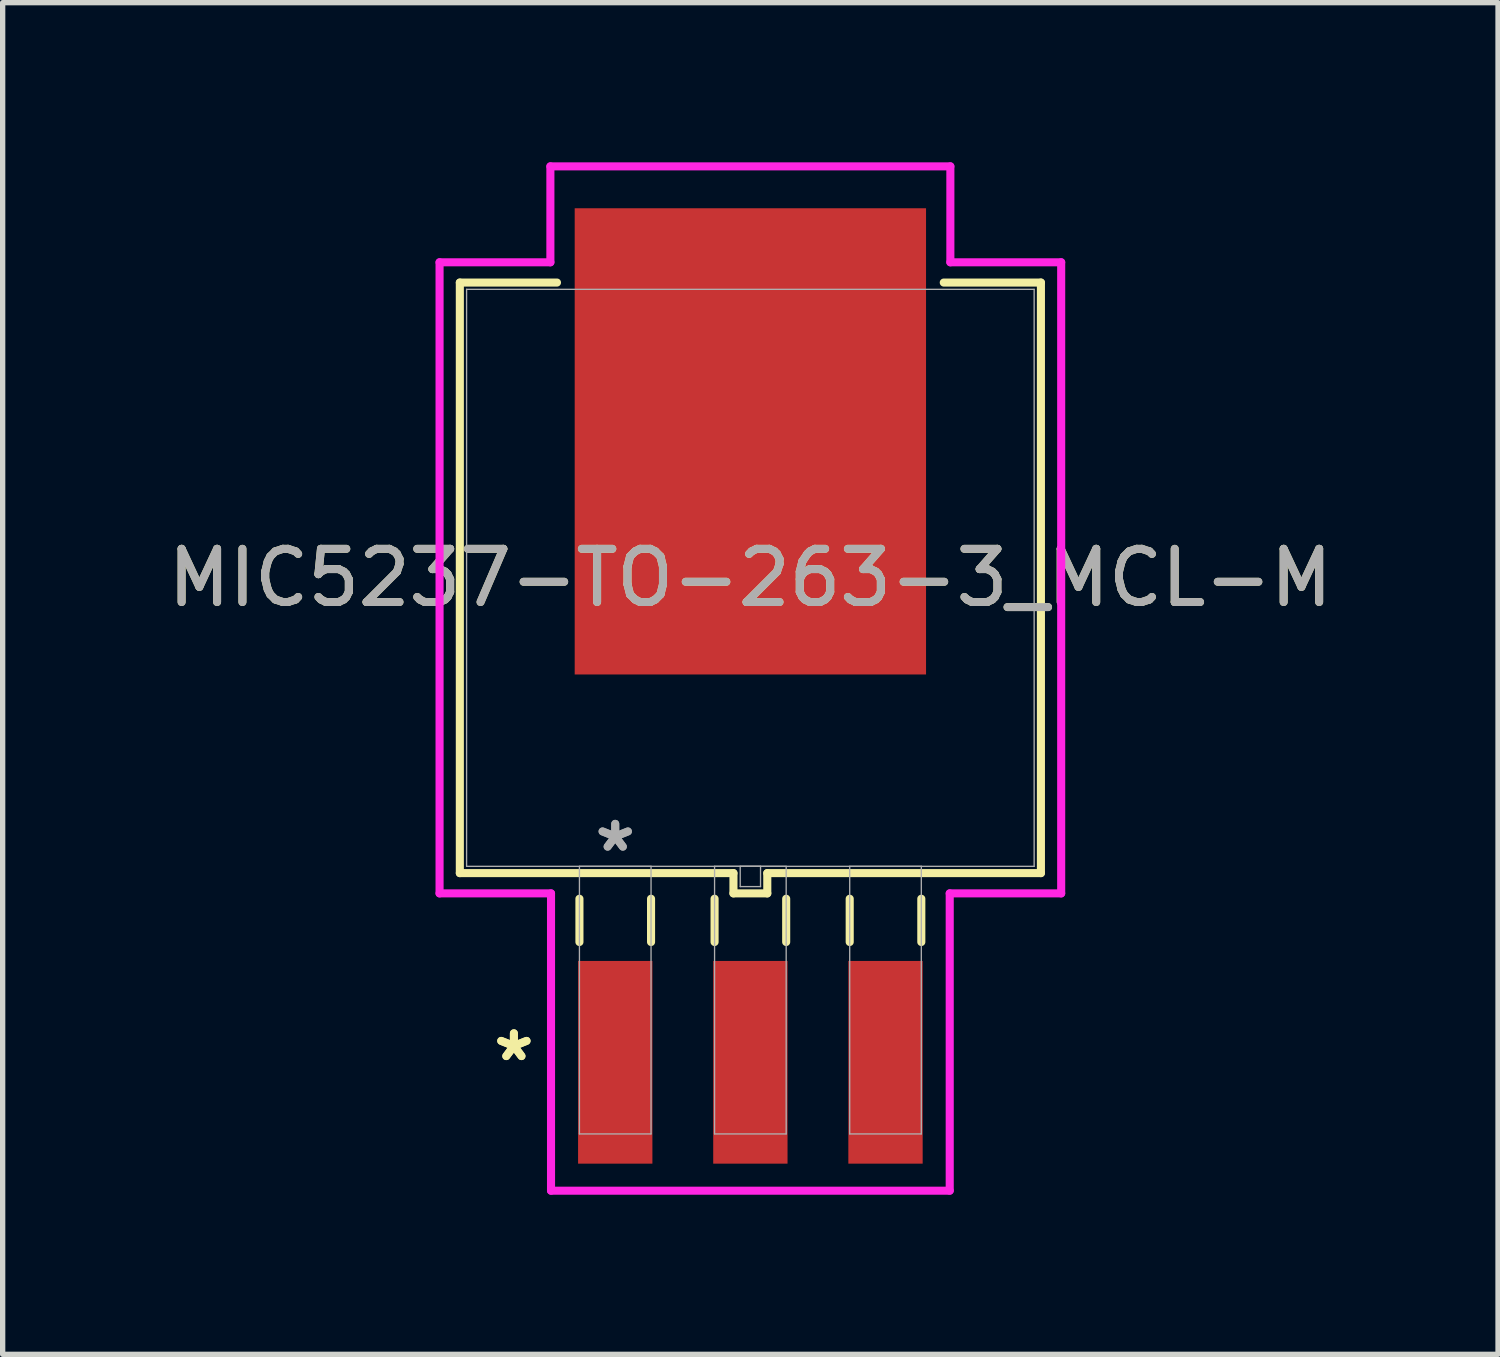
<source format=kicad_pcb>
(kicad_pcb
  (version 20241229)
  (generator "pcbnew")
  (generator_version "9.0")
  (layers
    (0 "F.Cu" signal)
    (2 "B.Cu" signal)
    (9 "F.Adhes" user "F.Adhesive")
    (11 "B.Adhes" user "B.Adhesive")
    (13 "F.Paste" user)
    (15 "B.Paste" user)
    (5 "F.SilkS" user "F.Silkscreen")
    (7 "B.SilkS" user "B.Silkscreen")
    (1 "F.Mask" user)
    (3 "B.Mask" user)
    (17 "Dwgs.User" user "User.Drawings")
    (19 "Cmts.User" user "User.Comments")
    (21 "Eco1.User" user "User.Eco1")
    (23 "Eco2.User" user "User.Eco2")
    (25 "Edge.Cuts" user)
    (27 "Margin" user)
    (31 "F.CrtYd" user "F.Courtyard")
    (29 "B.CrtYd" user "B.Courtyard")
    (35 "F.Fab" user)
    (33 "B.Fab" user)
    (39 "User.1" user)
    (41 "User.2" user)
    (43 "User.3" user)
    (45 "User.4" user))
  (footprint "MIC5237-TO-263-3_MCL-M"
    (layer "F.Cu")
    (at 11.054 7.811)
    (property "Reference" "MIC5237-TO-263-3_MCL-M" (at 0 0 0) (unlocked yes) (layer "F.SilkS") (effects (font (size 1 1) (thickness 0.15))))
    (attr smd)
    (fp_line (start -5.461 -5.55) (end -5.461 5.55) (stroke (width 0.152) (type solid)) (layer "F.SilkS"))
    (fp_line (start -5.461 5.55) (end -0.318 5.55) (stroke (width 0.152) (type solid)) (layer "F.SilkS"))
    (fp_line (start -3.635 -5.55) (end -5.461 -5.55) (stroke (width 0.152) (type solid)) (layer "F.SilkS"))
    (fp_line (start -3.213 6.032) (end -3.213 6.845) (stroke (width 0.152) (type solid)) (layer "F.SilkS"))
    (fp_line (start -1.867 6.032) (end -1.867 6.845) (stroke (width 0.152) (type solid)) (layer "F.SilkS"))
    (fp_line (start -0.673 6.032) (end -0.673 6.845) (stroke (width 0.152) (type solid)) (layer "F.SilkS"))
    (fp_line (start -0.318 5.55) (end -0.318 5.931) (stroke (width 0.152) (type solid)) (layer "F.SilkS"))
    (fp_line (start -0.318 5.931) (end 0.318 5.931) (stroke (width 0.152) (type solid)) (layer "F.SilkS"))
    (fp_line (start 0.318 5.55) (end 5.461 5.55) (stroke (width 0.152) (type solid)) (layer "F.SilkS"))
    (fp_line (start 0.318 5.931) (end 0.318 5.55) (stroke (width 0.152) (type solid)) (layer "F.SilkS"))
    (fp_line (start 0.673 6.032) (end 0.673 6.845) (stroke (width 0.152) (type solid)) (layer "F.SilkS"))
    (fp_line (start 1.867 6.032) (end 1.867 6.845) (stroke (width 0.152) (type solid)) (layer "F.SilkS"))
    (fp_line (start 3.213 6.032) (end 3.213 6.845) (stroke (width 0.152) (type solid)) (layer "F.SilkS"))
    (fp_line (start 5.461 -5.55) (end 3.635 -5.55) (stroke (width 0.152) (type solid)) (layer "F.SilkS"))
    (fp_line (start 5.461 5.55) (end 5.461 -5.55) (stroke (width 0.152) (type solid)) (layer "F.SilkS"))
    (fp_line (start -5.842 -5.931) (end -3.759 -5.931) (stroke (width 0.152) (type solid)) (layer "F.CrtYd"))
    (fp_line (start -5.842 5.931) (end -5.842 -5.931) (stroke (width 0.152) (type solid)) (layer "F.CrtYd"))
    (fp_line (start -3.759 -7.734) (end 3.759 -7.734) (stroke (width 0.152) (type solid)) (layer "F.CrtYd"))
    (fp_line (start -3.759 -5.931) (end -3.759 -7.734) (stroke (width 0.152) (type solid)) (layer "F.CrtYd"))
    (fp_line (start -3.747 5.931) (end -5.842 5.931) (stroke (width 0.152) (type solid)) (layer "F.CrtYd"))
    (fp_line (start -3.747 11.519) (end -3.747 5.931) (stroke (width 0.152) (type solid)) (layer "F.CrtYd"))
    (fp_line (start 3.747 5.931) (end 3.747 11.519) (stroke (width 0.152) (type solid)) (layer "F.CrtYd"))
    (fp_line (start 3.747 11.519) (end -3.747 11.519) (stroke (width 0.152) (type solid)) (layer "F.CrtYd"))
    (fp_line (start 3.759 -7.734) (end 3.759 -5.931) (stroke (width 0.152) (type solid)) (layer "F.CrtYd"))
    (fp_line (start 3.759 -5.931) (end 5.842 -5.931) (stroke (width 0.152) (type solid)) (layer "F.CrtYd"))
    (fp_line (start 5.842 -5.931) (end 5.842 5.931) (stroke (width 0.152) (type solid)) (layer "F.CrtYd"))
    (fp_line (start 5.842 5.931) (end 3.747 5.931) (stroke (width 0.152) (type solid)) (layer "F.CrtYd"))
    (fp_line (start -5.334 -5.423) (end -5.334 5.423) (stroke (width 0.025) (type solid)) (layer "F.Fab"))
    (fp_line (start -5.334 5.423) (end 5.334 5.423) (stroke (width 0.025) (type solid)) (layer "F.Fab"))
    (fp_line (start -3.213 5.423) (end -3.213 10.452) (stroke (width 0.025) (type solid)) (layer "F.Fab"))
    (fp_line (start -3.213 10.452) (end -1.867 10.452) (stroke (width 0.025) (type solid)) (layer "F.Fab"))
    (fp_line (start -1.867 5.423) (end -3.213 5.423) (stroke (width 0.025) (type solid)) (layer "F.Fab"))
    (fp_line (start -1.867 10.452) (end -1.867 5.423) (stroke (width 0.025) (type solid)) (layer "F.Fab"))
    (fp_line (start -0.673 5.423) (end -0.673 10.452) (stroke (width 0.025) (type solid)) (layer "F.Fab"))
    (fp_line (start -0.673 10.452) (end 0.673 10.452) (stroke (width 0.025) (type solid)) (layer "F.Fab"))
    (fp_line (start -0.191 5.423) (end -0.191 5.804) (stroke (width 0.025) (type solid)) (layer "F.Fab"))
    (fp_line (start -0.191 5.804) (end 0.191 5.804) (stroke (width 0.025) (type solid)) (layer "F.Fab"))
    (fp_line (start 0.191 5.423) (end -0.191 5.423) (stroke (width 0.025) (type solid)) (layer "F.Fab"))
    (fp_line (start 0.191 5.804) (end 0.191 5.423) (stroke (width 0.025) (type solid)) (layer "F.Fab"))
    (fp_line (start 0.673 5.423) (end -0.673 5.423) (stroke (width 0.025) (type solid)) (layer "F.Fab"))
    (fp_line (start 0.673 10.452) (end 0.673 5.423) (stroke (width 0.025) (type solid)) (layer "F.Fab"))
    (fp_line (start 1.867 5.423) (end 1.867 10.452) (stroke (width 0.025) (type solid)) (layer "F.Fab"))
    (fp_line (start 1.867 10.452) (end 3.213 10.452) (stroke (width 0.025) (type solid)) (layer "F.Fab"))
    (fp_line (start 3.213 5.423) (end 1.867 5.423) (stroke (width 0.025) (type solid)) (layer "F.Fab"))
    (fp_line (start 3.213 10.452) (end 3.213 5.423) (stroke (width 0.025) (type solid)) (layer "F.Fab"))
    (fp_line (start 5.334 -5.423) (end -5.334 -5.423) (stroke (width 0.025) (type solid)) (layer "F.Fab"))
    (fp_line (start 5.334 5.423) (end 5.334 -5.423) (stroke (width 0.025) (type solid)) (layer "F.Fab"))
    (fp_text user "*" (at -4.445 9.106 0) (unlocked yes) (layer "F.SilkS") (effects (font (size 1 1) (thickness 0.15))))
    (fp_text user "*" (at -4.445 9.106 0) (layer "F.SilkS") (effects (font (size 1 1) (thickness 0.15))))
    (fp_text user "*" (at -2.54 5.169 0) (layer "F.Fab") (effects (font (size 1 1) (thickness 0.15))))
    (fp_text user "${REFERENCE}" (at 0 0 0) (unlocked yes) (layer "F.Fab") (effects (font (size 1 1) (thickness 0.15))))
    (fp_text user "*" (at -2.54 5.169 0) (unlocked yes) (layer "F.Fab") (effects (font (size 1 1) (thickness 0.15))))
    (pad "1" smd rect (at -2.54 9.106) (size 1.397 3.81) (layers "F.Cu" "F.Mask" "F.Paste"))
    (pad "2" smd rect (at 0 9.106) (size 1.397 3.81) (layers "F.Cu" "F.Mask" "F.Paste"))
    (pad "3" smd rect (at 2.54 9.106) (size 1.397 3.81) (layers "F.Cu" "F.Mask" "F.Paste"))
    (pad "4" smd rect (at 0 -2.565) (size 6.604 8.763) (layers "F.Cu" "F.Mask" "F.Paste")))
  (gr_rect
    (start -3 -3)
    (end 25.107 22.406)
    (stroke (width 0.1) (type default))
    (fill no)
    (layer "Edge.Cuts")))
</source>
